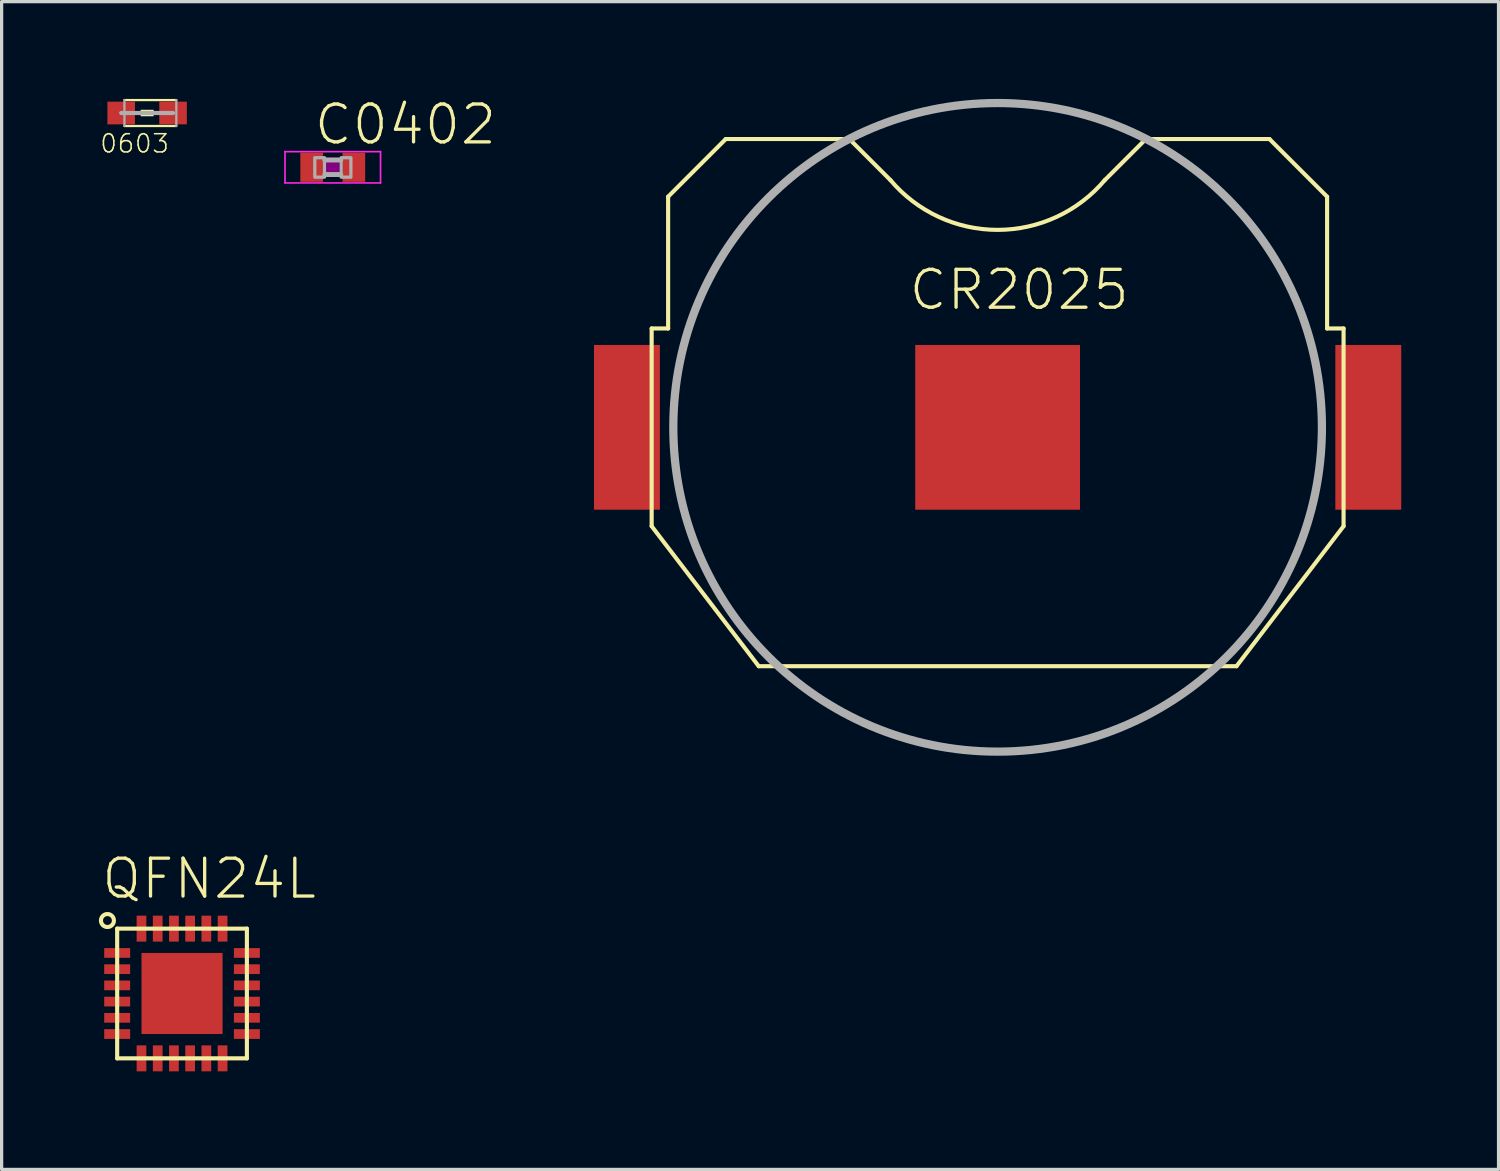
<source format=kicad_pcb>
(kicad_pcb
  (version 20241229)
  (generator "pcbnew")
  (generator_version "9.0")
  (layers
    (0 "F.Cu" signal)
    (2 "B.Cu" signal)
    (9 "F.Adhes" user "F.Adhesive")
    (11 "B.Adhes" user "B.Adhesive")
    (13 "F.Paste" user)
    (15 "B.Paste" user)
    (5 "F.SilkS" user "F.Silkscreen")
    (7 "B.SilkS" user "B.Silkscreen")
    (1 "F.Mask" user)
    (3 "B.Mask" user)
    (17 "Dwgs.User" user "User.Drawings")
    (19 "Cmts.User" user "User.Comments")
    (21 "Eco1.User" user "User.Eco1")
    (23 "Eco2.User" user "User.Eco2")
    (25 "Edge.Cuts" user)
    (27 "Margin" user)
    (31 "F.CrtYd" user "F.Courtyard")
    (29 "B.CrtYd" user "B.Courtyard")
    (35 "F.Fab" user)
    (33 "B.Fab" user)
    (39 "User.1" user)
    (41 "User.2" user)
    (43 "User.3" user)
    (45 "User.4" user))
  (footprint "QFN24L"
    (layer "F.Cu")
    (at 2.563 27.585)
    (property "Reference" "QFN24L" (at -2.54 -2.857 0) (unlocked yes) (layer "F.SilkS") (effects (font (size 1.168 1.168) (thickness 0.102)) (justify left bottom)))
    (fp_poly (pts (xy -2.425 -1.075) (xy -1.575 -1.075) (xy -1.575 -1.425) (xy -2.425 -1.425)) (stroke (width 0) (type default)) (fill yes) (layer "F.Mask"))
    (fp_poly (pts (xy -2.425 -0.575) (xy -1.575 -0.575) (xy -1.575 -0.925) (xy -2.425 -0.925)) (stroke (width 0) (type default)) (fill yes) (layer "F.Mask"))
    (fp_poly (pts (xy -2.425 -0.075) (xy -1.575 -0.075) (xy -1.575 -0.425) (xy -2.425 -0.425)) (stroke (width 0) (type default)) (fill yes) (layer "F.Mask"))
    (fp_poly (pts (xy -2.425 0.425) (xy -1.575 0.425) (xy -1.575 0.075) (xy -2.425 0.075)) (stroke (width 0) (type default)) (fill yes) (layer "F.Mask"))
    (fp_poly (pts (xy -2.425 0.925) (xy -1.575 0.925) (xy -1.575 0.575) (xy -2.425 0.575)) (stroke (width 0) (type default)) (fill yes) (layer "F.Mask"))
    (fp_poly (pts (xy -2.425 1.425) (xy -1.575 1.425) (xy -1.575 1.075) (xy -2.425 1.075)) (stroke (width 0) (type default)) (fill yes) (layer "F.Mask"))
    (fp_poly (pts (xy -1.425 -2.425) (xy -1.425 -1.575) (xy -1.075 -1.575) (xy -1.075 -2.425)) (stroke (width 0) (type default)) (fill yes) (layer "F.Mask"))
    (fp_poly (pts (xy -1.3 1.3) (xy 1.3 1.3) (xy 1.3 -1.3) (xy -1.3 -1.3)) (stroke (width 0) (type default)) (fill yes) (layer "F.Mask"))
    (fp_poly (pts (xy -1.075 2.425) (xy -1.075 1.575) (xy -1.425 1.575) (xy -1.425 2.425)) (stroke (width 0) (type default)) (fill yes) (layer "F.Mask"))
    (fp_poly (pts (xy -0.925 -2.425) (xy -0.925 -1.575) (xy -0.575 -1.575) (xy -0.575 -2.425)) (stroke (width 0) (type default)) (fill yes) (layer "F.Mask"))
    (fp_poly (pts (xy -0.575 2.425) (xy -0.575 1.575) (xy -0.925 1.575) (xy -0.925 2.425)) (stroke (width 0) (type default)) (fill yes) (layer "F.Mask"))
    (fp_poly (pts (xy -0.425 -2.425) (xy -0.425 -1.575) (xy -0.075 -1.575) (xy -0.075 -2.425)) (stroke (width 0) (type default)) (fill yes) (layer "F.Mask"))
    (fp_poly (pts (xy -0.075 2.425) (xy -0.075 1.575) (xy -0.425 1.575) (xy -0.425 2.425)) (stroke (width 0) (type default)) (fill yes) (layer "F.Mask"))
    (fp_poly (pts (xy 0.075 -2.425) (xy 0.075 -1.575) (xy 0.425 -1.575) (xy 0.425 -2.425)) (stroke (width 0) (type default)) (fill yes) (layer "F.Mask"))
    (fp_poly (pts (xy 0.425 2.425) (xy 0.425 1.575) (xy 0.075 1.575) (xy 0.075 2.425)) (stroke (width 0) (type default)) (fill yes) (layer "F.Mask"))
    (fp_poly (pts (xy 0.575 -2.425) (xy 0.575 -1.575) (xy 0.925 -1.575) (xy 0.925 -2.425)) (stroke (width 0) (type default)) (fill yes) (layer "F.Mask"))
    (fp_poly (pts (xy 0.925 2.425) (xy 0.925 1.575) (xy 0.575 1.575) (xy 0.575 2.425)) (stroke (width 0) (type default)) (fill yes) (layer "F.Mask"))
    (fp_poly (pts (xy 1.075 -2.425) (xy 1.075 -1.575) (xy 1.425 -1.575) (xy 1.425 -2.425)) (stroke (width 0) (type default)) (fill yes) (layer "F.Mask"))
    (fp_poly (pts (xy 1.425 2.425) (xy 1.425 1.575) (xy 1.075 1.575) (xy 1.075 2.425)) (stroke (width 0) (type default)) (fill yes) (layer "F.Mask"))
    (fp_poly (pts (xy 2.425 -1.425) (xy 1.575 -1.425) (xy 1.575 -1.075) (xy 2.425 -1.075)) (stroke (width 0) (type default)) (fill yes) (layer "F.Mask"))
    (fp_poly (pts (xy 2.425 -0.925) (xy 1.575 -0.925) (xy 1.575 -0.575) (xy 2.425 -0.575)) (stroke (width 0) (type default)) (fill yes) (layer "F.Mask"))
    (fp_poly (pts (xy 2.425 -0.425) (xy 1.575 -0.425) (xy 1.575 -0.075) (xy 2.425 -0.075)) (stroke (width 0) (type default)) (fill yes) (layer "F.Mask"))
    (fp_poly (pts (xy 2.425 0.075) (xy 1.575 0.075) (xy 1.575 0.425) (xy 2.425 0.425)) (stroke (width 0) (type default)) (fill yes) (layer "F.Mask"))
    (fp_poly (pts (xy 2.425 0.575) (xy 1.575 0.575) (xy 1.575 0.925) (xy 2.425 0.925)) (stroke (width 0) (type default)) (fill yes) (layer "F.Mask"))
    (fp_poly (pts (xy 2.425 1.075) (xy 1.575 1.075) (xy 1.575 1.425) (xy 2.425 1.425)) (stroke (width 0) (type default)) (fill yes) (layer "F.Mask"))
    (fp_line (start -2 -2) (end 2 -2) (stroke (width 0.127) (type solid)) (layer "F.SilkS"))
    (fp_line (start -2 2) (end -2 -2) (stroke (width 0.127) (type solid)) (layer "F.SilkS"))
    (fp_line (start 2 -2) (end 2 2) (stroke (width 0.127) (type solid)) (layer "F.SilkS"))
    (fp_line (start 2 2) (end -2 2) (stroke (width 0.127) (type solid)) (layer "F.SilkS"))
    (fp_circle (center -2.3 -2.25) (end -2.1 -2.25) (stroke (width 0.127) (type solid)) (fill no) (layer "F.SilkS"))
    (fp_poly (pts (xy -1.625 -1.125) (xy -1.625 -1.375) (xy -2.375 -1.375) (xy -2.375 -1.125)) (stroke (width 0) (type default)) (fill yes) (layer "F.Paste"))
    (fp_poly (pts (xy -1.625 -0.625) (xy -1.625 -0.875) (xy -2.375 -0.875) (xy -2.375 -0.625)) (stroke (width 0) (type default)) (fill yes) (layer "F.Paste"))
    (fp_poly (pts (xy -1.625 -0.125) (xy -1.625 -0.375) (xy -2.375 -0.375) (xy -2.375 -0.125)) (stroke (width 0) (type default)) (fill yes) (layer "F.Paste"))
    (fp_poly (pts (xy -1.625 0.375) (xy -1.625 0.125) (xy -2.375 0.125) (xy -2.375 0.375)) (stroke (width 0) (type default)) (fill yes) (layer "F.Paste"))
    (fp_poly (pts (xy -1.625 0.875) (xy -1.625 0.625) (xy -2.375 0.625) (xy -2.375 0.875)) (stroke (width 0) (type default)) (fill yes) (layer "F.Paste"))
    (fp_poly (pts (xy -1.625 1.375) (xy -1.625 1.125) (xy -2.375 1.125) (xy -2.375 1.375)) (stroke (width 0) (type default)) (fill yes) (layer "F.Paste"))
    (fp_poly (pts (xy -1.375 -1.625) (xy -1.125 -1.625) (xy -1.125 -2.375) (xy -1.375 -2.375)) (stroke (width 0) (type default)) (fill yes) (layer "F.Paste"))
    (fp_poly (pts (xy -1.2 -0.1) (xy -0.1 -0.1) (xy -0.1 -1.2) (xy -1.2 -1.2)) (stroke (width 0) (type default)) (fill yes) (layer "F.Paste"))
    (fp_poly (pts (xy -1.2 1.2) (xy -0.1 1.2) (xy -0.1 0.1) (xy -1.2 0.1)) (stroke (width 0) (type default)) (fill yes) (layer "F.Paste"))
    (fp_poly (pts (xy -1.125 1.625) (xy -1.375 1.625) (xy -1.375 2.375) (xy -1.125 2.375)) (stroke (width 0) (type default)) (fill yes) (layer "F.Paste"))
    (fp_poly (pts (xy -0.875 -1.625) (xy -0.625 -1.625) (xy -0.625 -2.375) (xy -0.875 -2.375)) (stroke (width 0) (type default)) (fill yes) (layer "F.Paste"))
    (fp_poly (pts (xy -0.625 1.625) (xy -0.875 1.625) (xy -0.875 2.375) (xy -0.625 2.375)) (stroke (width 0) (type default)) (fill yes) (layer "F.Paste"))
    (fp_poly (pts (xy -0.375 -1.625) (xy -0.125 -1.625) (xy -0.125 -2.375) (xy -0.375 -2.375)) (stroke (width 0) (type default)) (fill yes) (layer "F.Paste"))
    (fp_poly (pts (xy -0.125 1.625) (xy -0.375 1.625) (xy -0.375 2.375) (xy -0.125 2.375)) (stroke (width 0) (type default)) (fill yes) (layer "F.Paste"))
    (fp_poly (pts (xy 0.1 -0.1) (xy 1.2 -0.1) (xy 1.2 -1.2) (xy 0.1 -1.2)) (stroke (width 0) (type default)) (fill yes) (layer "F.Paste"))
    (fp_poly (pts (xy 0.1 1.2) (xy 1.2 1.2) (xy 1.2 0.1) (xy 0.1 0.1)) (stroke (width 0) (type default)) (fill yes) (layer "F.Paste"))
    (fp_poly (pts (xy 0.125 -1.625) (xy 0.375 -1.625) (xy 0.375 -2.375) (xy 0.125 -2.375)) (stroke (width 0) (type default)) (fill yes) (layer "F.Paste"))
    (fp_poly (pts (xy 0.375 1.625) (xy 0.125 1.625) (xy 0.125 2.375) (xy 0.375 2.375)) (stroke (width 0) (type default)) (fill yes) (layer "F.Paste"))
    (fp_poly (pts (xy 0.625 -1.625) (xy 0.875 -1.625) (xy 0.875 -2.375) (xy 0.625 -2.375)) (stroke (width 0) (type default)) (fill yes) (layer "F.Paste"))
    (fp_poly (pts (xy 0.875 1.625) (xy 0.625 1.625) (xy 0.625 2.375) (xy 0.875 2.375)) (stroke (width 0) (type default)) (fill yes) (layer "F.Paste"))
    (fp_poly (pts (xy 1.125 -1.625) (xy 1.375 -1.625) (xy 1.375 -2.375) (xy 1.125 -2.375)) (stroke (width 0) (type default)) (fill yes) (layer "F.Paste"))
    (fp_poly (pts (xy 1.375 1.625) (xy 1.125 1.625) (xy 1.125 2.375) (xy 1.375 2.375)) (stroke (width 0) (type default)) (fill yes) (layer "F.Paste"))
    (fp_poly (pts (xy 1.625 -1.375) (xy 1.625 -1.125) (xy 2.375 -1.125) (xy 2.375 -1.375)) (stroke (width 0) (type default)) (fill yes) (layer "F.Paste"))
    (fp_poly (pts (xy 1.625 -0.875) (xy 1.625 -0.625) (xy 2.375 -0.625) (xy 2.375 -0.875)) (stroke (width 0) (type default)) (fill yes) (layer "F.Paste"))
    (fp_poly (pts (xy 1.625 -0.375) (xy 1.625 -0.125) (xy 2.375 -0.125) (xy 2.375 -0.375)) (stroke (width 0) (type default)) (fill yes) (layer "F.Paste"))
    (fp_poly (pts (xy 1.625 0.125) (xy 1.625 0.375) (xy 2.375 0.375) (xy 2.375 0.125)) (stroke (width 0) (type default)) (fill yes) (layer "F.Paste"))
    (fp_poly (pts (xy 1.625 0.625) (xy 1.625 0.875) (xy 2.375 0.875) (xy 2.375 0.625)) (stroke (width 0) (type default)) (fill yes) (layer "F.Paste"))
    (fp_poly (pts (xy 1.625 1.125) (xy 1.625 1.375) (xy 2.375 1.375) (xy 2.375 1.125)) (stroke (width 0) (type default)) (fill yes) (layer "F.Paste"))
    (pad "1" smd rect (at -2 -1.25) (size 0.8 0.3) (layers "F.Cu"))
    (pad "2" smd rect (at -2 -0.75) (size 0.8 0.3) (layers "F.Cu"))
    (pad "3" smd rect (at -2 -0.25) (size 0.8 0.3) (layers "F.Cu"))
    (pad "4" smd rect (at -2 0.25) (size 0.8 0.3) (layers "F.Cu"))
    (pad "5" smd rect (at -2 0.75) (size 0.8 0.3) (layers "F.Cu"))
    (pad "6" smd rect (at -2 1.25) (size 0.8 0.3) (layers "F.Cu"))
    (pad "7" smd rect (at -1.25 2 90) (size 0.8 0.3) (layers "F.Cu"))
    (pad "8" smd rect (at -0.75 2 90) (size 0.8 0.3) (layers "F.Cu"))
    (pad "9" smd rect (at -0.25 2 90) (size 0.8 0.3) (layers "F.Cu"))
    (pad "10" smd rect (at 0.25 2 90) (size 0.8 0.3) (layers "F.Cu"))
    (pad "11" smd rect (at 0.75 2 90) (size 0.8 0.3) (layers "F.Cu"))
    (pad "12" smd rect (at 1.25 2 90) (size 0.8 0.3) (layers "F.Cu"))
    (pad "13" smd rect (at 2 1.25 180) (size 0.8 0.3) (layers "F.Cu"))
    (pad "14" smd rect (at 2 0.75 180) (size 0.8 0.3) (layers "F.Cu"))
    (pad "15" smd rect (at 2 0.25 180) (size 0.8 0.3) (layers "F.Cu"))
    (pad "16" smd rect (at 2 -0.25 180) (size 0.8 0.3) (layers "F.Cu"))
    (pad "17" smd rect (at 2 -0.75 180) (size 0.8 0.3) (layers "F.Cu"))
    (pad "18" smd rect (at 2 -1.25 180) (size 0.8 0.3) (layers "F.Cu"))
    (pad "19" smd rect (at 1.25 -2 270) (size 0.8 0.3) (layers "F.Cu"))
    (pad "20" smd rect (at 0.75 -2 270) (size 0.8 0.3) (layers "F.Cu"))
    (pad "21" smd rect (at 0.25 -2 270) (size 0.8 0.3) (layers "F.Cu"))
    (pad "22" smd rect (at -0.25 -2 270) (size 0.8 0.3) (layers "F.Cu"))
    (pad "23" smd rect (at -0.75 -2 270) (size 0.8 0.3) (layers "F.Cu"))
    (pad "24" smd rect (at -1.25 -2 270) (size 0.8 0.3) (layers "F.Cu"))
    (pad "PAD" smd rect (at 0 0) (size 2.5 2.5) (layers "F.Cu")))
  (footprint "C0402"
    (layer "F.Cu")
    (at 7.211 2.108)
    (property "Reference" "C0402" (at -0.635 -0.635 0) (unlocked yes) (layer "F.SilkS") (effects (font (size 1.168 1.168) (thickness 0.102)) (justify left bottom)))
    (fp_poly (pts (xy -0.2 0.3) (xy 0.2 0.3) (xy 0.2 -0.3) (xy -0.2 -0.3)) (stroke (width 0) (type default)) (fill yes) (layer "F.Adhes"))
    (fp_line (start -1.473 -0.483) (end 1.473 -0.483) (stroke (width 0.051) (type solid)) (layer "F.CrtYd"))
    (fp_line (start -1.473 0.483) (end -1.473 -0.483) (stroke (width 0.051) (type solid)) (layer "F.CrtYd"))
    (fp_line (start 1.473 -0.483) (end 1.473 0.483) (stroke (width 0.051) (type solid)) (layer "F.CrtYd"))
    (fp_line (start 1.473 0.483) (end -1.473 0.483) (stroke (width 0.051) (type solid)) (layer "F.CrtYd"))
    (fp_line (start -0.245 -0.224) (end 0.245 -0.224) (stroke (width 0.152) (type solid)) (layer "F.Fab"))
    (fp_line (start 0.245 0.224) (end -0.245 0.224) (stroke (width 0.152) (type solid)) (layer "F.Fab"))
    (fp_poly (pts (xy -0.554 0.305) (xy -0.254 0.305) (xy -0.254 -0.295) (xy -0.554 -0.295)) (stroke (width 0.1) (type default)) (fill no) (layer "F.Fab"))
    (fp_poly (pts (xy 0.259 0.305) (xy 0.559 0.305) (xy 0.559 -0.295) (xy 0.259 -0.295)) (stroke (width 0.1) (type default)) (fill no) (layer "F.Fab"))
    (pad "1" smd rect (at -0.65 0) (size 0.7 0.9) (layers "F.Cu" "F.Mask" "F.Paste"))
    (pad "2" smd rect (at 0.65 0) (size 0.7 0.9) (layers "F.Cu" "F.Mask" "F.Paste")))
  (footprint "CR2025"
    (layer "F.Cu")
    (at 27.712 10.127)
    (property "Reference" "CR2025" (at -2.794 -3.556 0) (unlocked yes) (layer "F.SilkS") (effects (font (size 1.168 1.168) (thickness 0.102)) (justify left bottom)))
    (fp_line (start -10.668 -3.048) (end -10.16 -3.048) (stroke (width 0.127) (type solid)) (layer "F.SilkS"))
    (fp_line (start -10.668 3.048) (end -10.668 -3.048) (stroke (width 0.127) (type solid)) (layer "F.SilkS"))
    (fp_line (start -10.16 -7.112) (end -8.382 -8.89) (stroke (width 0.127) (type solid)) (layer "F.SilkS"))
    (fp_line (start -10.16 -3.048) (end -10.16 -7.112) (stroke (width 0.127) (type solid)) (layer "F.SilkS"))
    (fp_line (start -7.366 7.366) (end -10.668 3.048) (stroke (width 0.127) (type solid)) (layer "F.SilkS"))
    (fp_line (start -7.366 7.366) (end 7.366 7.366) (stroke (width 0.127) (type solid)) (layer "F.SilkS"))
    (fp_line (start -4.572 -8.89) (end -8.382 -8.89) (stroke (width 0.127) (type solid)) (layer "F.SilkS"))
    (fp_line (start -3.302 -7.62) (end -4.572 -8.89) (stroke (width 0.127) (type solid)) (layer "F.SilkS"))
    (fp_line (start 3.302 -7.62) (end 4.572 -8.89) (stroke (width 0.127) (type solid)) (layer "F.SilkS"))
    (fp_line (start 4.572 -8.89) (end 8.382 -8.89) (stroke (width 0.127) (type solid)) (layer "F.SilkS"))
    (fp_line (start 7.366 7.366) (end 10.668 3.048) (stroke (width 0.127) (type solid)) (layer "F.SilkS"))
    (fp_line (start 10.16 -7.112) (end 8.382 -8.89) (stroke (width 0.127) (type solid)) (layer "F.SilkS"))
    (fp_line (start 10.16 -3.048) (end 10.16 -7.112) (stroke (width 0.127) (type solid)) (layer "F.SilkS"))
    (fp_line (start 10.668 -3.048) (end 10.16 -3.048) (stroke (width 0.127) (type solid)) (layer "F.SilkS"))
    (fp_line (start 10.668 -3.048) (end 10.668 3.048) (stroke (width 0.127) (type solid)) (layer "F.SilkS"))
    (fp_arc (start 3.302 -7.62) (mid 0 -6.088536) (end -3.302 -7.62) (stroke (width 0.127) (type solid)) (layer "F.SilkS"))
    (fp_circle (center 0 0) (end 10 0) (stroke (width 0.254) (type solid)) (fill no) (layer "F.Fab"))
    (pad "GND" smd rect (at 0 0) (size 5.08 5.08) (layers "F.Cu" "F.Mask" "F.Paste"))
    (pad "POS1" smd rect (at -11.43 0) (size 2.032 5.08) (layers "F.Cu" "F.Mask" "F.Paste"))
    (pad "POS2" smd rect (at 11.43 0) (size 2.032 5.08) (layers "F.Cu" "F.Mask" "F.Paste")))
  (footprint "0603"
    (layer "F.Cu")
    (at 1.587 0.435)
    (property "Reference" "0603" (at -1.587 1.27 0) (unlocked yes) (layer "F.SilkS") (effects (font (size 0.561 0.561) (thickness 0.049)) (justify left bottom)))
    (fp_line (start -0.8 -0.4) (end 0.8 -0.4) (stroke (width 0.07) (type solid)) (layer "F.SilkS"))
    (fp_line (start 0.8 0.4) (end -0.8 0.4) (stroke (width 0.07) (type solid)) (layer "F.SilkS"))
    (fp_poly (pts (xy -0.3 0.1) (xy 0.1 0.1) (xy 0.1 -0.1) (xy -0.3 -0.1)) (stroke (width 0) (type default)) (fill yes) (layer "F.SilkS"))
    (fp_line (start -0.9 0) (end 0.7 0) (stroke (width 0.127) (type solid)) (layer "F.Fab"))
    (fp_line (start -0.8 0.4) (end -0.8 -0.4) (stroke (width 0.07) (type solid)) (layer "F.Fab"))
    (fp_line (start 0.8 -0.4) (end 0.8 0.4) (stroke (width 0.07) (type solid)) (layer "F.Fab"))
    (pad "1" smd rect (at -0.9 0) (size 0.85 0.7) (layers "F.Cu" "F.Mask" "F.Paste"))
    (pad "2" smd rect (at 0.7 0) (size 0.85 0.7) (layers "F.Cu" "F.Mask" "F.Paste")))
  (gr_rect
    (start -3 -3)
    (end 43.158 33.01)
    (stroke (width 0.1) (type default))
    (fill no)
    (layer "Edge.Cuts")))
</source>
